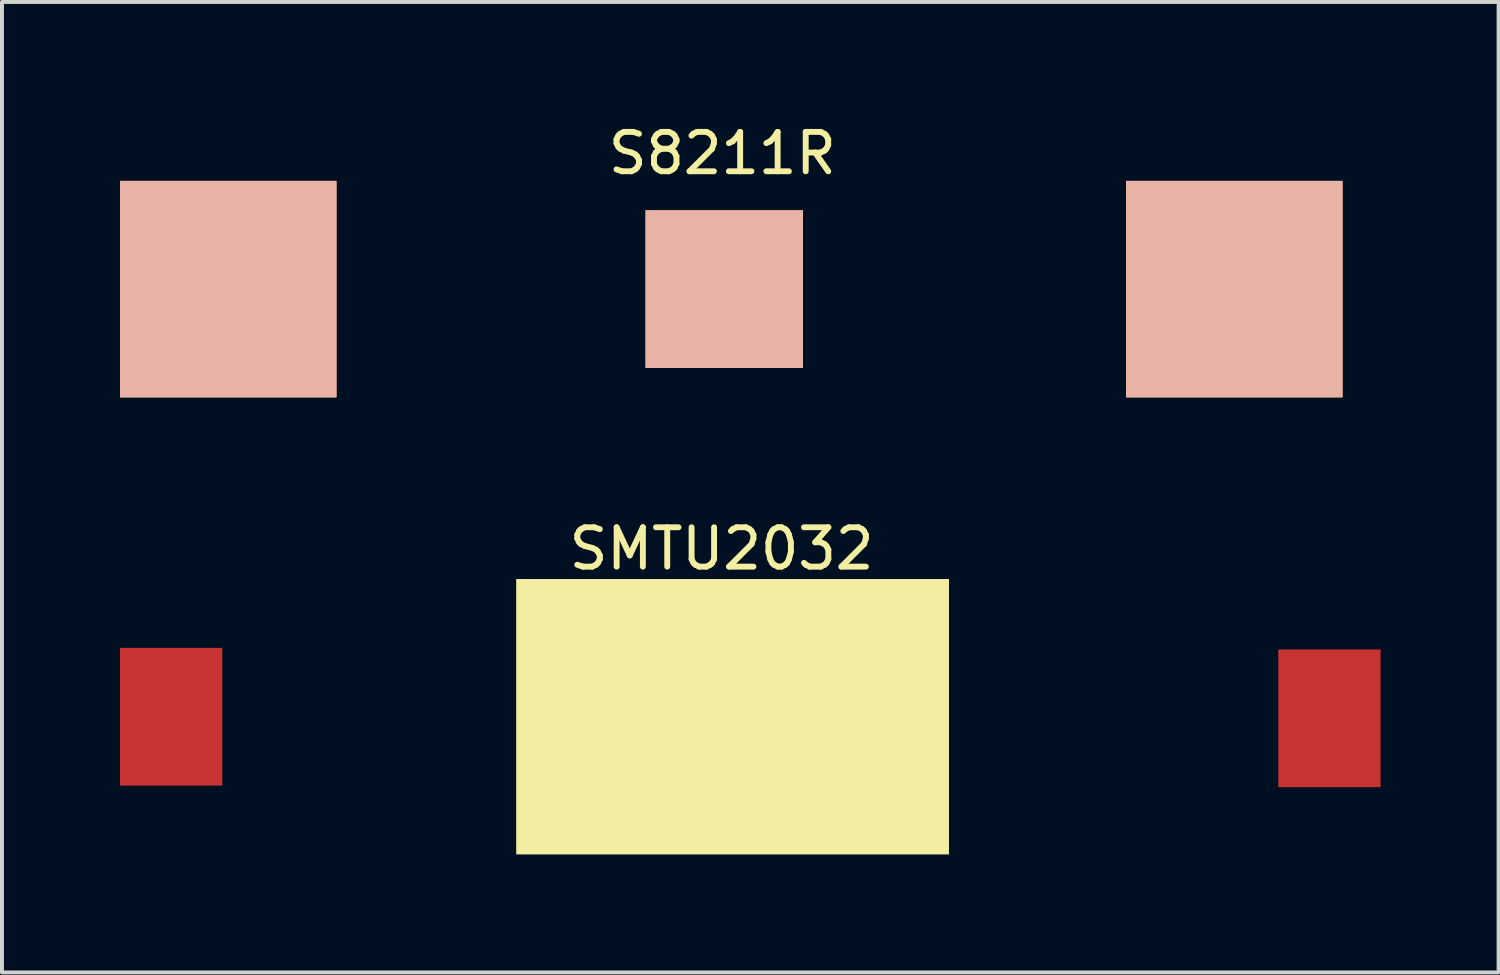
<source format=kicad_pcb>
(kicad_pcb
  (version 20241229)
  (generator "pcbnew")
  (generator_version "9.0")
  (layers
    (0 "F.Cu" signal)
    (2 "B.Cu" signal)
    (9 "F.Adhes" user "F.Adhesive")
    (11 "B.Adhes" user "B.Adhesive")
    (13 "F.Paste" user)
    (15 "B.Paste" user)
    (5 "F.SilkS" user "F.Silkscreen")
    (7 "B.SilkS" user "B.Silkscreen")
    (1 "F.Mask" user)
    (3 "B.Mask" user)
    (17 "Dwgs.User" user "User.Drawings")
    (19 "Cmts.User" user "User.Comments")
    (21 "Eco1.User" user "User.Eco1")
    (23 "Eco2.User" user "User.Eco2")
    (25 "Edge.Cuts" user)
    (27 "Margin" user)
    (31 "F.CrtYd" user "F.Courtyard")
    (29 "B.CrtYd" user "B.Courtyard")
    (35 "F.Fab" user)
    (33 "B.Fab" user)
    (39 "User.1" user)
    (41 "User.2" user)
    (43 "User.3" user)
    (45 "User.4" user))
  (footprint "S8211R"
    (layer "F.Cu")
    (at 15.38 4.308)
    (property "Reference" "S8211R" (at -0.07 -3.46 0) (layer "F.SilkS") (effects (font (size 1 1) (thickness 0.15))))
    (attr through_hole)
    (pad "" smd rect (at -0.02 -0.01) (size 4 4) (layers "*.SilkS" "*.Mask" "F.Cu"))
    (pad "1" smd rect (at -12.63 -0.01) (size 5.5 5.5) (layers "*.SilkS" "*.Mask" "F.Cu"))
    (pad "2" smd rect (at 12.94 -0.01) (size 5.5 5.5) (layers "*.SilkS" "*.Mask" "F.Cu")))
  (footprint "SMTU2032"
    (layer "F.Cu")
    (at 15.06 15.197)
    (property "Reference" "SMTU2032" (at 0.23 -4.3 0) (layer "F.SilkS") (effects (font (size 1 1) (thickness 0.15))))
    (attr through_hole)
    (pad "" smd rect (at 0.51 -0.03) (size 11 7) (layers "F.SilkS"))
    (pad "1" smd rect (at -13.76 -0.03) (size 2.6 3.5) (layers "F.Cu" "F.Mask" "F.Paste"))
    (pad "2" smd rect (at 15.68 0.01) (size 2.6 3.5) (layers "F.Cu" "F.Mask" "F.Paste")))
  (gr_rect
    (start -3 -3)
    (end 35.04 21.666)
    (stroke (width 0.1) (type default))
    (fill no)
    (layer "Edge.Cuts")))
</source>
